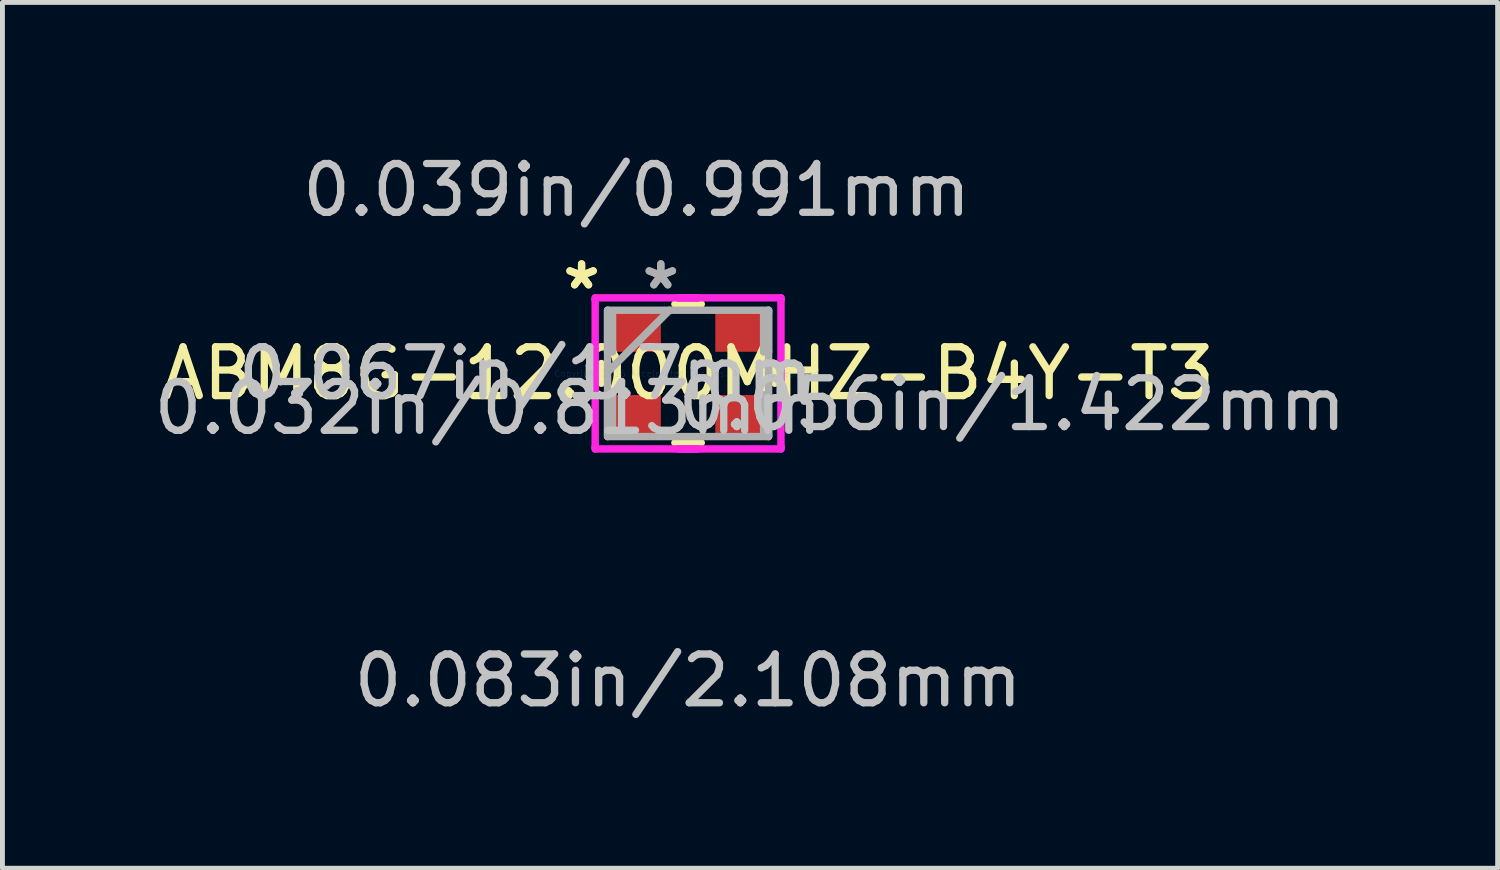
<source format=kicad_pcb>
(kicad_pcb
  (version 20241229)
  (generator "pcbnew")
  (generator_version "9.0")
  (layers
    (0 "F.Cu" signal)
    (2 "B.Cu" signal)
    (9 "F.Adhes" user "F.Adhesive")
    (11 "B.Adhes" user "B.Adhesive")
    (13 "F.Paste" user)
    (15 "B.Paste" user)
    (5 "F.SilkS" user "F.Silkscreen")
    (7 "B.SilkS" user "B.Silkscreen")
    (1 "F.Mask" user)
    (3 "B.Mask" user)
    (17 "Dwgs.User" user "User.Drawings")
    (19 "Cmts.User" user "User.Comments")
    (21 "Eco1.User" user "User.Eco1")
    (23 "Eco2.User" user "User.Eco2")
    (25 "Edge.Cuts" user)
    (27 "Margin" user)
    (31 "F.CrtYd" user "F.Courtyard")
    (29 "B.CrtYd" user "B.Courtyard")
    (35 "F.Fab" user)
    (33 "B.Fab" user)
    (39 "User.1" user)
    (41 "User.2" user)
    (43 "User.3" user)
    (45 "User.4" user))
  (footprint "ABM8G-12.000MHZ-B4Y-T3"
    (layer "F.Cu")
    (at 11.06 4.607)
    (property "Reference" "ABM8G-12.000MHZ-B4Y-T3" (at 0 0 0) (layer "F.SilkS") (effects (font (size 1 1) (thickness 0.15))))
    (attr through_hole)
    (fp_line (start -1.778 -0.202) (end -1.778 0.202) (stroke (width 0.152) (type solid)) (layer "F.SilkS"))
    (fp_line (start -0.27 1.422) (end 0.27 1.422) (stroke (width 0.152) (type solid)) (layer "F.SilkS"))
    (fp_line (start 0.27 -1.422) (end -0.27 -1.422) (stroke (width 0.152) (type solid)) (layer "F.SilkS"))
    (fp_line (start 1.778 0.202) (end 1.778 -0.202) (stroke (width 0.152) (type solid)) (layer "F.SilkS"))
    (fp_line (start -1.905 -1.549) (end 0.19 -1.549) (stroke (width 0.152) (type solid)) (layer "F.CrtYd"))
    (fp_line (start -1.905 -1.51) (end -1.905 -1.549) (stroke (width 0.152) (type solid)) (layer "F.CrtYd"))
    (fp_line (start -1.905 -1.51) (end -1.905 -1.51) (stroke (width 0.152) (type solid)) (layer "F.CrtYd"))
    (fp_line (start -1.905 1.51) (end -1.905 -1.51) (stroke (width 0.152) (type solid)) (layer "F.CrtYd"))
    (fp_line (start -1.905 1.51) (end -1.905 1.51) (stroke (width 0.152) (type solid)) (layer "F.CrtYd"))
    (fp_line (start -1.905 1.549) (end -1.905 1.51) (stroke (width 0.152) (type solid)) (layer "F.CrtYd"))
    (fp_line (start -0.19 -1.549) (end -0.19 -1.549) (stroke (width 0.152) (type solid)) (layer "F.CrtYd"))
    (fp_line (start -0.19 -1.549) (end 1.905 -1.549) (stroke (width 0.152) (type solid)) (layer "F.CrtYd"))
    (fp_line (start -0.19 1.549) (end -0.19 1.549) (stroke (width 0.152) (type solid)) (layer "F.CrtYd"))
    (fp_line (start -0.19 1.549) (end 0.19 1.549) (stroke (width 0.152) (type solid)) (layer "F.CrtYd"))
    (fp_line (start 0.19 -1.549) (end -0.19 -1.549) (stroke (width 0.152) (type solid)) (layer "F.CrtYd"))
    (fp_line (start 0.19 -1.549) (end 0.19 -1.549) (stroke (width 0.152) (type solid)) (layer "F.CrtYd"))
    (fp_line (start 0.19 1.549) (end -1.905 1.549) (stroke (width 0.152) (type solid)) (layer "F.CrtYd"))
    (fp_line (start 0.19 1.549) (end 0.19 1.549) (stroke (width 0.152) (type solid)) (layer "F.CrtYd"))
    (fp_line (start 1.905 -1.549) (end 1.905 -1.51) (stroke (width 0.152) (type solid)) (layer "F.CrtYd"))
    (fp_line (start 1.905 -1.51) (end 1.905 -1.51) (stroke (width 0.152) (type solid)) (layer "F.CrtYd"))
    (fp_line (start 1.905 -1.51) (end 1.905 1.51) (stroke (width 0.152) (type solid)) (layer "F.CrtYd"))
    (fp_line (start 1.905 1.51) (end 1.905 1.51) (stroke (width 0.152) (type solid)) (layer "F.CrtYd"))
    (fp_line (start 1.905 1.51) (end 1.905 1.549) (stroke (width 0.152) (type solid)) (layer "F.CrtYd"))
    (fp_line (start 1.905 1.549) (end -0.19 1.549) (stroke (width 0.152) (type solid)) (layer "F.CrtYd"))
    (fp_line (start -1.651 -1.295) (end -1.651 -1.295) (stroke (width 0.152) (type solid)) (layer "F.Fab"))
    (fp_line (start -1.651 -1.295) (end -1.651 1.295) (stroke (width 0.152) (type solid)) (layer "F.Fab"))
    (fp_line (start -1.651 -1.256) (end -1.549 -1.256) (stroke (width 0.152) (type solid)) (layer "F.Fab"))
    (fp_line (start -1.651 -0.444) (end -1.651 -1.256) (stroke (width 0.152) (type solid)) (layer "F.Fab"))
    (fp_line (start -1.651 -0.025) (end -0.381 -1.295) (stroke (width 0.152) (type solid)) (layer "F.Fab"))
    (fp_line (start -1.651 0.444) (end -1.549 0.444) (stroke (width 0.152) (type solid)) (layer "F.Fab"))
    (fp_line (start -1.651 1.256) (end -1.651 0.444) (stroke (width 0.152) (type solid)) (layer "F.Fab"))
    (fp_line (start -1.651 1.295) (end -1.651 1.295) (stroke (width 0.152) (type solid)) (layer "F.Fab"))
    (fp_line (start -1.651 1.295) (end 1.651 1.295) (stroke (width 0.152) (type solid)) (layer "F.Fab"))
    (fp_line (start -1.549 -1.256) (end -1.549 -0.444) (stroke (width 0.152) (type solid)) (layer "F.Fab"))
    (fp_line (start -1.549 -0.444) (end -1.651 -0.444) (stroke (width 0.152) (type solid)) (layer "F.Fab"))
    (fp_line (start -1.549 0.444) (end -1.549 1.256) (stroke (width 0.152) (type solid)) (layer "F.Fab"))
    (fp_line (start -1.549 1.256) (end -1.651 1.256) (stroke (width 0.152) (type solid)) (layer "F.Fab"))
    (fp_line (start 1.549 -1.256) (end 1.651 -1.256) (stroke (width 0.152) (type solid)) (layer "F.Fab"))
    (fp_line (start 1.549 -0.444) (end 1.549 -1.256) (stroke (width 0.152) (type solid)) (layer "F.Fab"))
    (fp_line (start 1.549 0.444) (end 1.651 0.444) (stroke (width 0.152) (type solid)) (layer "F.Fab"))
    (fp_line (start 1.549 1.256) (end 1.549 0.444) (stroke (width 0.152) (type solid)) (layer "F.Fab"))
    (fp_line (start 1.651 -1.295) (end -1.651 -1.295) (stroke (width 0.152) (type solid)) (layer "F.Fab"))
    (fp_line (start 1.651 -1.295) (end 1.651 -1.295) (stroke (width 0.152) (type solid)) (layer "F.Fab"))
    (fp_line (start 1.651 -1.256) (end 1.651 -0.444) (stroke (width 0.152) (type solid)) (layer "F.Fab"))
    (fp_line (start 1.651 -0.444) (end 1.549 -0.444) (stroke (width 0.152) (type solid)) (layer "F.Fab"))
    (fp_line (start 1.651 0.444) (end 1.651 1.256) (stroke (width 0.152) (type solid)) (layer "F.Fab"))
    (fp_line (start 1.651 1.256) (end 1.549 1.256) (stroke (width 0.152) (type solid)) (layer "F.Fab"))
    (fp_line (start 1.651 1.295) (end 1.651 -1.295) (stroke (width 0.152) (type solid)) (layer "F.Fab"))
    (fp_line (start 1.651 1.295) (end 1.651 1.295) (stroke (width 0.152) (type solid)) (layer "F.Fab"))
    (fp_text user "*" (at -2.184 -1.7 0) (layer "F.SilkS") (effects (font (size 1 1) (thickness 0.15))))
    (fp_text user "*" (at -2.184 -1.7 0) (layer "F.SilkS") (effects (font (size 1 1) (thickness 0.15))))
    (fp_text user "0.039in/0.991mm" (at -1.054 -3.759 0) (layer "Dwgs.User") (effects (font (size 1 1) (thickness 0.15))))
    (fp_text user "0.067in/1.7mm" (at -3.327 0 0) (layer "Dwgs.User") (effects (font (size 1 1) (thickness 0.15))))
    (fp_text user "0.056in/1.422mm" (at 6.642 0.635 0) (layer "Dwgs.User") (effects (font (size 1 1) (thickness 0.15))))
    (fp_text user "0.083in/2.108mm" (at 0 6.299 0) (layer "Dwgs.User") (effects (font (size 1 1) (thickness 0.15))))
    (fp_text user "0.032in/0.813mm" (at -4.102 0.711 0) (layer "Dwgs.User") (effects (font (size 1 1) (thickness 0.15))))
    (fp_text user "Copyright 2016 Accelerated Designs. All rights reserved." (at 0 0 0) (layer "Cmts.User") (effects (font (size 0.127 0.127) (thickness 0.002))))
    (fp_text user "*" (at -0.559 -1.7 0) (layer "F.Fab") (effects (font (size 1 1) (thickness 0.15))))
    (fp_text user "*" (at -0.559 -1.7 0) (layer "F.Fab") (effects (font (size 1 1) (thickness 0.15))))
    (pad "1" smd rect (at -1.054 -0.85 90) (size 0.813 0.991) (layers "F.Cu" "F.Mask" "F.Paste"))
    (pad "2" smd rect (at -1.054 0.85 90) (size 0.813 0.991) (layers "F.Cu" "F.Mask" "F.Paste"))
    (pad "3" smd rect (at 1.054 0.85 90) (size 0.813 0.991) (layers "F.Cu" "F.Mask" "F.Paste"))
    (pad "4" smd rect (at 1.054 -0.85 90) (size 0.813 0.991) (layers "F.Cu" "F.Mask" "F.Paste")))
  (gr_rect
    (start -3 -3)
    (end 27.661 14.755)
    (stroke (width 0.1) (type default))
    (fill no)
    (layer "Edge.Cuts")))
</source>
